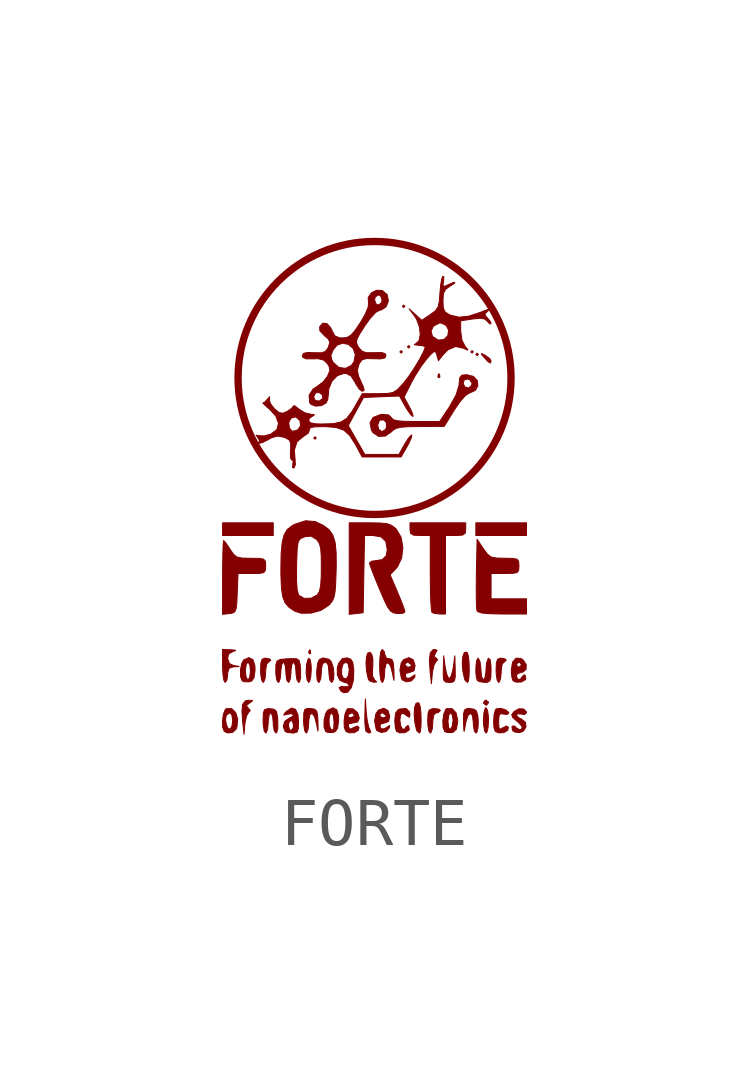
<source format=kicad_sym>
(kicad_symbol_lib
  (version 20231120)
  (generator "kicad_symbol_editor")
  (generator_version "8.0")
  (symbol "FORTE"
    (pin_names
      (offset 1.016))
    (property "Reference" "T"
      (at 0 4.266 0)
      (effects (font (size 1.27 1.27)) (hide yes)))
    (symbol "FORTE_0_0"
      (polyline (pts (xy -1.212 1.291) (xy -1.238 1.317) (xy -1.265 1.291) (xy -1.238 1.265) (xy -1.212 1.291)) (stroke (width 0.01) (type default)) (fill (type outline)))
      (polyline (pts (xy 0.58 3.083) (xy 0.553 3.109) (xy 0.527 3.083) (xy 0.553 3.057) (xy 0.58 3.083)) (stroke (width 0.01) (type default)) (fill (type outline)))
      (polyline (pts (xy 0.632 4.031) (xy 0.606 4.058) (xy 0.58 4.031) (xy 0.606 4.005) (xy 0.632 4.031)) (stroke (width 0.01) (type default)) (fill (type outline)))
      (polyline (pts (xy 0.738 3.188) (xy 0.711 3.215) (xy 0.685 3.188) (xy 0.711 3.162) (xy 0.738 3.188)) (stroke (width 0.01) (type default)) (fill (type outline)))
      (polyline (pts (xy 2.055 3.083) (xy 2.029 3.109) (xy 2.002 3.083) (xy 2.029 3.057) (xy 2.055 3.083)) (stroke (width 0.01) (type default)) (fill (type outline)))
      (polyline (pts (xy 2.161 3.03) (xy 2.134 3.057) (xy 2.108 3.03) (xy 2.134 3.004) (xy 2.161 3.03)) (stroke (width 0.01) (type default)) (fill (type outline)))
      (polyline (pts (xy 2.529 3.926) (xy 2.503 3.952) (xy 2.477 3.926) (xy 2.503 3.9) (xy 2.529 3.926)) (stroke (width 0.01) (type default)) (fill (type outline)))
      (polyline (pts (xy -1.329 -3.189) (xy -1.335 -3.127) (xy -1.351 -3.118) (xy -1.37 -3.162) (xy -1.366 -3.19) (xy -1.335 -3.197) (xy -1.329 -3.189)) (stroke (width 0.01) (type default)) (fill (type outline)))
      (polyline (pts (xy 1.359 2.555) (xy 1.353 2.617) (xy 1.337 2.626) (xy 1.317 2.582) (xy 1.321 2.554) (xy 1.353 2.547) (xy 1.359 2.555)) (stroke (width 0.01) (type default)) (fill (type outline)))
      (polyline (pts (xy -2.108 -0.606) (xy -2.108 -0.474) (xy -2.635 -0.474) (xy -3.162 -0.474) (xy -3.162 -0.606) (xy -3.162 -0.738) (xy -2.635 -0.738) (xy -2.108 -0.738) (xy -2.108 -0.606)) (stroke (width 0.01) (type default)) (fill (type outline)))
      (polyline (pts (xy 2.331 -4.267) (xy 2.371 -4.216) (xy 2.37 -4.203) (xy 2.319 -4.163) (xy 2.306 -4.165) (xy 2.266 -4.216) (xy 2.268 -4.228) (xy 2.319 -4.268) (xy 2.331 -4.267)) (stroke (width 0.01) (type default)) (fill (type outline)))
      (polyline (pts (xy 2.424 2.897) (xy 2.395 2.945) (xy 2.305 3.01) (xy 2.228 3.048) (xy 2.221 3.037) (xy 2.287 2.959) (xy 2.366 2.876) (xy 2.412 2.851) (xy 2.424 2.897)) (stroke (width 0.01) (type default)) (fill (type outline)))
      (polyline (pts (xy 3.162 -0.606) (xy 3.162 -0.474) (xy 2.635 -0.474) (xy 2.108 -0.474) (xy 2.108 -0.606) (xy 2.108 -0.738) (xy 2.635 -0.738) (xy 3.162 -0.738) (xy 3.162 -0.606)) (stroke (width 0.01) (type default)) (fill (type outline)))
      (polyline (pts (xy -0.078 -4.837) (xy -0.096 -4.781) (xy -0.119 -4.733) (xy -0.151 -4.599) (xy -0.172 -4.425) (xy -0.191 -4.137) (xy -0.201 -4.457) (xy -0.202 -4.605) (xy -0.193 -4.745) (xy -0.176 -4.813) (xy -0.122 -4.847) (xy -0.078 -4.837)) (stroke (width 0.01) (type default)) (fill (type outline)))
      (polyline (pts (xy -1.351 -3.776) (xy -1.327 -3.679) (xy -1.317 -3.528) (xy -1.32 -3.437) (xy -1.338 -3.32) (xy -1.37 -3.293) (xy -1.384 -3.311) (xy -1.412 -3.411) (xy -1.423 -3.56) (xy -1.421 -3.628) (xy -1.402 -3.747) (xy -1.37 -3.794) (xy -1.351 -3.776)) (stroke (width 0.01) (type default)) (fill (type outline)))
      (polyline (pts (xy 2.338 -4.83) (xy 2.362 -4.735) (xy 2.371 -4.585) (xy 2.368 -4.49) (xy 2.349 -4.369) (xy 2.319 -4.321) (xy 2.3 -4.339) (xy 2.275 -4.434) (xy 2.266 -4.585) (xy 2.269 -4.679) (xy 2.289 -4.801) (xy 2.319 -4.848) (xy 2.338 -4.83)) (stroke (width 0.01) (type default)) (fill (type outline)))
      (polyline (pts (xy 0.951 -4.824) (xy 0.965 -4.725) (xy 0.969 -4.581) (xy 0.964 -4.427) (xy 0.949 -4.298) (xy 0.926 -4.229) (xy 0.912 -4.217) (xy 0.864 -4.228) (xy 0.834 -4.314) (xy 0.824 -4.451) (xy 0.836 -4.615) (xy 0.872 -4.782) (xy 0.883 -4.806) (xy 0.935 -4.848) (xy 0.951 -4.824)) (stroke (width 0.01) (type default)) (fill (type outline)))
      (polyline (pts (xy 1.951 -3.771) (xy 1.966 -3.672) (xy 1.971 -3.529) (xy 1.966 -3.374) (xy 1.952 -3.245) (xy 1.929 -3.176) (xy 1.915 -3.165) (xy 1.867 -3.175) (xy 1.836 -3.26) (xy 1.825 -3.396) (xy 1.837 -3.56) (xy 1.874 -3.728) (xy 1.884 -3.752) (xy 1.935 -3.794) (xy 1.951 -3.771)) (stroke (width 0.01) (type default)) (fill (type outline)))
      (polyline (pts (xy 1.202 -3.61) (xy 1.206 -3.57) (xy 1.238 -3.433) (xy 1.282 -3.356) (xy 1.315 -3.322) (xy 1.276 -3.284) (xy 1.236 -3.251) (xy 1.269 -3.183) (xy 1.301 -3.125) (xy 1.251 -3.109) (xy 1.215 -3.115) (xy 1.16 -3.18) (xy 1.141 -3.324) (xy 1.155 -3.557) (xy 1.183 -3.821) (xy 1.202 -3.61)) (stroke (width 0.01) (type default)) (fill (type outline)))
      (polyline (pts (xy -2.698 -4.664) (xy -2.693 -4.623) (xy -2.662 -4.489) (xy -2.618 -4.414) (xy -2.586 -4.379) (xy -2.628 -4.327) (xy -2.638 -4.321) (xy -2.666 -4.276) (xy -2.602 -4.223) (xy -2.559 -4.198) (xy -2.538 -4.171) (xy -2.616 -4.165) (xy -2.689 -4.179) (xy -2.742 -4.247) (xy -2.759 -4.386) (xy -2.744 -4.611) (xy -2.716 -4.875) (xy -2.698 -4.664)) (stroke (width 0.01) (type default)) (fill (type outline)))
      (polyline (pts (xy -2.307 -3.789) (xy -2.278 -3.715) (xy -2.266 -3.583) (xy -2.265 -3.536) (xy -2.246 -3.419) (xy -2.213 -3.373) (xy -2.201 -3.372) (xy -2.161 -3.331) (xy -2.18 -3.307) (xy -2.266 -3.29) (xy -2.284 -3.29) (xy -2.34 -3.313) (xy -2.365 -3.388) (xy -2.371 -3.542) (xy -2.368 -3.627) (xy -2.349 -3.747) (xy -2.319 -3.794) (xy -2.307 -3.789)) (stroke (width 0.01) (type default)) (fill (type outline)))
      (polyline (pts (xy 0.045 -3.783) (xy 0.005 -3.746) (xy -0.001 -3.741) (xy -0.045 -3.655) (xy -0.04 -3.49) (xy -0.036 -3.452) (xy -0.035 -3.304) (xy -0.059 -3.208) (xy -0.096 -3.168) (xy -0.141 -3.183) (xy -0.169 -3.267) (xy -0.178 -3.4) (xy -0.166 -3.561) (xy -0.129 -3.728) (xy -0.105 -3.762) (xy -0.015 -3.793) (xy -0.013 -3.793) (xy 0.045 -3.783)) (stroke (width 0.01) (type default)) (fill (type outline)))
      (polyline (pts (xy 1.171 -4.843) (xy 1.2 -4.769) (xy 1.212 -4.637) (xy 1.213 -4.577) (xy 1.236 -4.461) (xy 1.291 -4.426) (xy 1.327 -4.421) (xy 1.37 -4.379) (xy 1.337 -4.35) (xy 1.238 -4.34) (xy 1.196 -4.344) (xy 1.137 -4.371) (xy 1.112 -4.446) (xy 1.107 -4.598) (xy 1.11 -4.681) (xy 1.129 -4.801) (xy 1.159 -4.848) (xy 1.171 -4.843)) (stroke (width 0.01) (type default)) (fill (type outline)))
      (polyline (pts (xy 2.594 -3.789) (xy 2.623 -3.715) (xy 2.635 -3.583) (xy 2.636 -3.536) (xy 2.655 -3.419) (xy 2.688 -3.373) (xy 2.7 -3.372) (xy 2.74 -3.331) (xy 2.72 -3.307) (xy 2.635 -3.29) (xy 2.617 -3.29) (xy 2.561 -3.313) (xy 2.535 -3.388) (xy 2.529 -3.542) (xy 2.533 -3.627) (xy 2.551 -3.747) (xy 2.582 -3.794) (xy 2.594 -3.789)) (stroke (width 0.01) (type default)) (fill (type outline)))
      (polyline (pts (xy 1.616 -3.791) (xy 1.663 -3.761) (xy 1.679 -3.679) (xy 1.678 -3.518) (xy 1.671 -3.241) (xy 1.639 -3.478) (xy 1.627 -3.549) (xy 1.592 -3.668) (xy 1.554 -3.715) (xy 1.537 -3.704) (xy 1.5 -3.619) (xy 1.47 -3.478) (xy 1.439 -3.241) (xy 1.431 -3.518) (xy 1.429 -3.648) (xy 1.44 -3.747) (xy 1.478 -3.787) (xy 1.554 -3.794) (xy 1.616 -3.791)) (stroke (width 0.01) (type default)) (fill (type outline)))
      (polyline (pts (xy -3.072 -3.747) (xy -3.057 -3.636) (xy -3.055 -3.586) (xy -3.024 -3.498) (xy -2.938 -3.471) (xy -2.819 -3.464) (xy -2.938 -3.441) (xy -3.021 -3.402) (xy -3.057 -3.293) (xy -3.035 -3.202) (xy -2.938 -3.146) (xy -2.899 -3.137) (xy -2.894 -3.124) (xy -2.991 -3.116) (xy -3.162 -3.109) (xy -3.162 -3.452) (xy -3.155 -3.618) (xy -3.137 -3.746) (xy -3.109 -3.794) (xy -3.108 -3.794) (xy -3.072 -3.747)) (stroke (width 0.01) (type default)) (fill (type outline)))
      (polyline (pts (xy -1.41 -4.842) (xy -1.382 -4.766) (xy -1.37 -4.633) (xy -1.368 -4.578) (xy -1.343 -4.462) (xy -1.297 -4.441) (xy -1.247 -4.51) (xy -1.205 -4.668) (xy -1.189 -4.758) (xy -1.178 -4.806) (xy -1.175 -4.759) (xy -1.178 -4.612) (xy -1.183 -4.504) (xy -1.2 -4.399) (xy -1.244 -4.353) (xy -1.331 -4.338) (xy -1.398 -4.336) (xy -1.451 -4.358) (xy -1.472 -4.433) (xy -1.476 -4.588) (xy -1.472 -4.68) (xy -1.453 -4.801) (xy -1.423 -4.848) (xy -1.41 -4.842)) (stroke (width 0.01) (type default)) (fill (type outline)))
      (polyline (pts (xy 2.129 -4.832) (xy 2.152 -4.744) (xy 2.159 -4.614) (xy 2.148 -4.483) (xy 2.119 -4.389) (xy 2.071 -4.353) (xy 1.961 -4.335) (xy 1.923 -4.34) (xy 1.872 -4.37) (xy 1.852 -4.451) (xy 1.852 -4.609) (xy 1.856 -4.747) (xy 1.862 -4.813) (xy 1.872 -4.784) (xy 1.891 -4.668) (xy 1.902 -4.609) (xy 1.947 -4.479) (xy 1.998 -4.437) (xy 2.038 -4.487) (xy 2.055 -4.633) (xy 2.057 -4.684) (xy 2.075 -4.801) (xy 2.108 -4.848) (xy 2.129 -4.832)) (stroke (width 0.01) (type default)) (fill (type outline)))
      (polyline (pts (xy 2.689 -4.84) (xy 2.769 -4.792) (xy 2.787 -4.73) (xy 2.746 -4.702) (xy 2.663 -4.742) (xy 2.612 -4.771) (xy 2.588 -4.736) (xy 2.582 -4.614) (xy 2.588 -4.494) (xy 2.618 -4.444) (xy 2.688 -4.453) (xy 2.752 -4.462) (xy 2.793 -4.434) (xy 2.788 -4.415) (xy 2.722 -4.362) (xy 2.619 -4.334) (xy 2.53 -4.347) (xy 2.515 -4.365) (xy 2.488 -4.463) (xy 2.477 -4.602) (xy 2.485 -4.734) (xy 2.512 -4.813) (xy 2.577 -4.843) (xy 2.689 -4.84)) (stroke (width 0.01) (type default)) (fill (type outline)))
      (polyline (pts (xy 0.634 -4.84) (xy 0.714 -4.792) (xy 0.723 -4.77) (xy 0.709 -4.7) (xy 0.69 -4.691) (xy 0.647 -4.73) (xy 0.628 -4.766) (xy 0.583 -4.77) (xy 0.544 -4.702) (xy 0.527 -4.582) (xy 0.54 -4.469) (xy 0.588 -4.431) (xy 0.674 -4.49) (xy 0.723 -4.522) (xy 0.738 -4.466) (xy 0.729 -4.41) (xy 0.658 -4.339) (xy 0.526 -4.348) (xy 0.491 -4.363) (xy 0.437 -4.435) (xy 0.422 -4.579) (xy 0.422 -4.611) (xy 0.434 -4.742) (xy 0.457 -4.813) (xy 0.522 -4.843) (xy 0.634 -4.84)) (stroke (width 0.01) (type default)) (fill (type outline)))
      (polyline (pts (xy 1.476 -1.554) (xy 1.476 -0.738) (xy 1.686 -0.738) (xy 1.705 -0.738) (xy 1.831 -0.729) (xy 1.886 -0.691) (xy 1.897 -0.606) (xy 1.897 -0.474) (xy 1.317 -0.474) (xy 0.738 -0.474) (xy 0.738 -0.606) (xy 0.738 -0.618) (xy 0.752 -0.697) (xy 0.813 -0.731) (xy 0.949 -0.738) (xy 1.159 -0.738) (xy 1.159 -1.519) (xy 1.16 -1.648) (xy 1.164 -1.91) (xy 1.172 -2.125) (xy 1.182 -2.274) (xy 1.194 -2.336) (xy 1.242 -2.358) (xy 1.353 -2.371) (xy 1.476 -2.371) (xy 1.476 -1.554)) (stroke (width 0.01) (type default)) (fill (type outline)))
      (polyline (pts (xy -2.951 -4.833) (xy -2.878 -4.765) (xy -2.862 -4.715) (xy -2.849 -4.555) (xy -2.89 -4.421) (xy -2.972 -4.341) (xy -3.082 -4.34) (xy -3.104 -4.357) (xy -3.144 -4.453) (xy -3.16 -4.566) (xy -3.101 -4.566) (xy -3.085 -4.482) (xy -3.022 -4.427) (xy -2.971 -4.463) (xy -2.951 -4.582) (xy -2.965 -4.698) (xy -3.002 -4.768) (xy -3.003 -4.768) (xy -3.048 -4.75) (xy -3.085 -4.669) (xy -3.101 -4.566) (xy -3.16 -4.566) (xy -3.164 -4.591) (xy -3.16 -4.726) (xy -3.127 -4.813) (xy -3.059 -4.846) (xy -2.951 -4.833)) (stroke (width 0.01) (type default)) (fill (type outline)))
      (polyline (pts (xy -2.037 -4.84) (xy -2.013 -4.756) (xy -2.013 -4.598) (xy -2.019 -4.511) (xy -2.04 -4.401) (xy -2.086 -4.354) (xy -2.174 -4.342) (xy -2.236 -4.342) (xy -2.292 -4.365) (xy -2.315 -4.44) (xy -2.319 -4.593) (xy -2.316 -4.68) (xy -2.296 -4.801) (xy -2.266 -4.848) (xy -2.254 -4.843) (xy -2.225 -4.769) (xy -2.213 -4.637) (xy -2.212 -4.59) (xy -2.194 -4.473) (xy -2.161 -4.426) (xy -2.149 -4.432) (xy -2.12 -4.505) (xy -2.108 -4.637) (xy -2.107 -4.685) (xy -2.087 -4.801) (xy -2.052 -4.848) (xy -2.037 -4.84)) (stroke (width 0.01) (type default)) (fill (type outline)))
      (polyline (pts (xy -0.889 -3.793) (xy -0.855 -3.736) (xy -0.845 -3.621) (xy -0.859 -3.486) (xy -0.897 -3.37) (xy -0.946 -3.313) (xy -1.069 -3.286) (xy -1.076 -3.287) (xy -1.147 -3.317) (xy -1.184 -3.395) (xy -1.202 -3.549) (xy -1.204 -3.616) (xy -1.194 -3.746) (xy -1.162 -3.794) (xy -1.15 -3.789) (xy -1.119 -3.715) (xy -1.107 -3.583) (xy -1.105 -3.523) (xy -1.083 -3.407) (xy -1.028 -3.373) (xy -1.005 -3.376) (xy -0.962 -3.437) (xy -0.949 -3.583) (xy -0.947 -3.631) (xy -0.929 -3.747) (xy -0.896 -3.794) (xy -0.889 -3.793)) (stroke (width 0.01) (type default)) (fill (type outline)))
      (polyline (pts (xy 0.171 -3.788) (xy 0.199 -3.713) (xy 0.211 -3.579) (xy 0.212 -3.524) (xy 0.238 -3.408) (xy 0.283 -3.386) (xy 0.334 -3.456) (xy 0.376 -3.614) (xy 0.391 -3.704) (xy 0.403 -3.751) (xy 0.406 -3.704) (xy 0.403 -3.557) (xy 0.402 -3.534) (xy 0.389 -3.385) (xy 0.359 -3.315) (xy 0.303 -3.301) (xy 0.248 -3.29) (xy 0.211 -3.209) (xy 0.202 -3.153) (xy 0.158 -3.109) (xy 0.133 -3.15) (xy 0.113 -3.273) (xy 0.105 -3.452) (xy 0.112 -3.618) (xy 0.131 -3.746) (xy 0.158 -3.794) (xy 0.171 -3.788)) (stroke (width 0.01) (type default)) (fill (type outline)))
      (polyline (pts (xy 1.637 -4.83) (xy 1.701 -4.77) (xy 1.728 -4.633) (xy 1.73 -4.576) (xy 1.696 -4.427) (xy 1.615 -4.341) (xy 1.502 -4.34) (xy 1.481 -4.357) (xy 1.44 -4.454) (xy 1.421 -4.592) (xy 1.422 -4.614) (xy 1.528 -4.614) (xy 1.529 -4.587) (xy 1.546 -4.473) (xy 1.581 -4.426) (xy 1.618 -4.472) (xy 1.634 -4.582) (xy 1.619 -4.698) (xy 1.581 -4.769) (xy 1.574 -4.772) (xy 1.541 -4.734) (xy 1.528 -4.614) (xy 1.422 -4.614) (xy 1.426 -4.727) (xy 1.46 -4.815) (xy 1.5 -4.834) (xy 1.605 -4.837) (xy 1.637 -4.83)) (stroke (width 0.01) (type default)) (fill (type outline)))
      (polyline (pts (xy 2.347 -3.792) (xy 2.398 -3.765) (xy 2.42 -3.685) (xy 2.424 -3.528) (xy 2.422 -3.437) (xy 2.404 -3.32) (xy 2.371 -3.293) (xy 2.361 -3.304) (xy 2.331 -3.393) (xy 2.319 -3.534) (xy 2.317 -3.578) (xy 2.299 -3.695) (xy 2.266 -3.741) (xy 2.255 -3.737) (xy 2.225 -3.665) (xy 2.213 -3.534) (xy 2.212 -3.494) (xy 2.194 -3.363) (xy 2.161 -3.293) (xy 2.153 -3.292) (xy 2.126 -3.337) (xy 2.111 -3.442) (xy 2.107 -3.572) (xy 2.118 -3.69) (xy 2.143 -3.759) (xy 2.19 -3.78) (xy 2.301 -3.794) (xy 2.347 -3.792)) (stroke (width 0.01) (type default)) (fill (type outline)))
      (polyline (pts (xy -2.557 -3.766) (xy -2.509 -3.697) (xy -2.487 -3.55) (xy -2.489 -3.447) (xy -2.53 -3.322) (xy -2.612 -3.278) (xy -2.721 -3.325) (xy -2.762 -3.397) (xy -2.79 -3.531) (xy -2.79 -3.557) (xy -2.688 -3.557) (xy -2.687 -3.533) (xy -2.67 -3.419) (xy -2.635 -3.373) (xy -2.628 -3.374) (xy -2.595 -3.435) (xy -2.582 -3.557) (xy -2.583 -3.581) (xy -2.6 -3.695) (xy -2.635 -3.741) (xy -2.642 -3.74) (xy -2.674 -3.679) (xy -2.688 -3.557) (xy -2.79 -3.557) (xy -2.789 -3.67) (xy -2.756 -3.761) (xy -2.715 -3.78) (xy -2.611 -3.783) (xy -2.557 -3.766)) (stroke (width 0.01) (type default)) (fill (type outline)))
      (polyline (pts (xy -0.815 -4.818) (xy -0.769 -4.746) (xy -0.748 -4.597) (xy -0.748 -4.492) (xy -0.786 -4.365) (xy -0.866 -4.323) (xy -0.976 -4.374) (xy -1.02 -4.447) (xy -1.048 -4.572) (xy -0.947 -4.572) (xy -0.931 -4.471) (xy -0.896 -4.426) (xy -0.889 -4.428) (xy -0.856 -4.489) (xy -0.843 -4.611) (xy -0.843 -4.63) (xy -0.849 -4.753) (xy -0.869 -4.791) (xy -0.913 -4.76) (xy -0.914 -4.76) (xy -0.942 -4.684) (xy -0.947 -4.572) (xy -1.048 -4.572) (xy -1.05 -4.582) (xy -1.051 -4.722) (xy -1.017 -4.815) (xy -0.976 -4.834) (xy -0.872 -4.837) (xy -0.815 -4.818)) (stroke (width 0.01) (type default)) (fill (type outline)))
      (polyline (pts (xy 3.096 -4.808) (xy 3.151 -4.723) (xy 3.141 -4.626) (xy 3.059 -4.559) (xy 2.995 -4.528) (xy 2.951 -4.472) (xy 2.973 -4.447) (xy 3.056 -4.453) (xy 3.121 -4.463) (xy 3.162 -4.428) (xy 3.159 -4.407) (xy 3.103 -4.348) (xy 3.005 -4.343) (xy 2.907 -4.397) (xy 2.899 -4.405) (xy 2.854 -4.467) (xy 2.875 -4.524) (xy 2.97 -4.608) (xy 3.002 -4.635) (xy 3.074 -4.718) (xy 3.056 -4.769) (xy 3.019 -4.78) (xy 2.948 -4.738) (xy 2.921 -4.707) (xy 2.87 -4.701) (xy 2.859 -4.719) (xy 2.872 -4.795) (xy 2.916 -4.827) (xy 3.022 -4.838) (xy 3.096 -4.808)) (stroke (width 0.01) (type default)) (fill (type outline)))
      (polyline (pts (xy -1.676 -4.847) (xy -1.613 -4.827) (xy -1.587 -4.757) (xy -1.581 -4.609) (xy -1.593 -4.471) (xy -1.644 -4.354) (xy -1.728 -4.328) (xy -1.835 -4.399) (xy -1.879 -4.446) (xy -1.886 -4.475) (xy -1.805 -4.455) (xy -1.728 -4.444) (xy -1.686 -4.47) (xy -1.706 -4.504) (xy -1.792 -4.547) (xy -1.868 -4.606) (xy -1.893 -4.69) (xy -1.792 -4.69) (xy -1.782 -4.629) (xy -1.739 -4.585) (xy -1.708 -4.604) (xy -1.686 -4.69) (xy -1.696 -4.751) (xy -1.739 -4.795) (xy -1.77 -4.776) (xy -1.792 -4.69) (xy -1.893 -4.69) (xy -1.899 -4.714) (xy -1.862 -4.813) (xy -1.815 -4.835) (xy -1.704 -4.848) (xy -1.676 -4.847)) (stroke (width 0.01) (type default)) (fill (type outline)))
      (polyline (pts (xy -3.017 -2.362) (xy -2.959 -2.353) (xy -2.909 -2.327) (xy -2.881 -2.264) (xy -2.866 -2.142) (xy -2.857 -1.937) (xy -2.841 -1.528) (xy -2.554 -1.528) (xy -2.553 -1.528) (xy -2.389 -1.526) (xy -2.303 -1.508) (xy -2.271 -1.461) (xy -2.266 -1.37) (xy -2.266 -1.348) (xy -2.273 -1.269) (xy -2.311 -1.229) (xy -2.404 -1.214) (xy -2.578 -1.212) (xy -2.581 -1.212) (xy -2.757 -1.208) (xy -2.863 -1.186) (xy -2.933 -1.131) (xy -3.004 -1.028) (xy -3.031 -0.984) (xy -3.101 -0.883) (xy -3.14 -0.843) (xy -3.143 -0.853) (xy -3.151 -0.943) (xy -3.156 -1.111) (xy -3.16 -1.34) (xy -3.162 -1.611) (xy -3.162 -2.378) (xy -3.017 -2.362)) (stroke (width 0.01) (type default)) (fill (type outline)))
      (polyline (pts (xy -0.42 -4.84) (xy -0.34 -4.792) (xy -0.322 -4.734) (xy -0.36 -4.701) (xy -0.441 -4.737) (xy -0.503 -4.769) (xy -0.545 -4.718) (xy -0.546 -4.716) (xy -0.539 -4.655) (xy -0.446 -4.637) (xy -0.351 -4.617) (xy -0.316 -4.538) (xy -0.353 -4.425) (xy -0.444 -4.346) (xy -0.553 -4.34) (xy -0.574 -4.357) (xy -0.615 -4.453) (xy -0.618 -4.479) (xy -0.553 -4.479) (xy -0.543 -4.465) (xy -0.471 -4.426) (xy -0.459 -4.428) (xy -0.422 -4.479) (xy -0.432 -4.504) (xy -0.504 -4.532) (xy -0.541 -4.524) (xy -0.553 -4.479) (xy -0.618 -4.479) (xy -0.634 -4.591) (xy -0.63 -4.726) (xy -0.597 -4.813) (xy -0.532 -4.843) (xy -0.42 -4.84)) (stroke (width 0.01) (type default)) (fill (type outline)))
      (polyline (pts (xy 0.241 -4.817) (xy 0.307 -4.743) (xy 0.311 -4.733) (xy 0.312 -4.691) (xy 0.254 -4.729) (xy 0.203 -4.76) (xy 0.14 -4.76) (xy 0.116 -4.729) (xy 0.119 -4.664) (xy 0.211 -4.637) (xy 0.292 -4.608) (xy 0.316 -4.504) (xy 0.316 -4.498) (xy 0.278 -4.378) (xy 0.189 -4.332) (xy 0.078 -4.374) (xy 0.029 -4.444) (xy 0.022 -4.479) (xy 0.105 -4.479) (xy 0.107 -4.467) (xy 0.155 -4.426) (xy 0.17 -4.428) (xy 0.237 -4.479) (xy 0.242 -4.506) (xy 0.188 -4.532) (xy 0.148 -4.526) (xy 0.105 -4.479) (xy 0.022 -4.479) (xy 0.001 -4.596) (xy 0.033 -4.768) (xy 0.052 -4.798) (xy 0.139 -4.836) (xy 0.241 -4.817)) (stroke (width 0.01) (type default)) (fill (type outline)))
      (polyline (pts (xy 0.768 -3.763) (xy 0.834 -3.689) (xy 0.838 -3.679) (xy 0.839 -3.637) (xy 0.781 -3.675) (xy 0.73 -3.706) (xy 0.667 -3.706) (xy 0.643 -3.675) (xy 0.646 -3.61) (xy 0.738 -3.583) (xy 0.819 -3.554) (xy 0.843 -3.45) (xy 0.843 -3.444) (xy 0.805 -3.324) (xy 0.716 -3.278) (xy 0.605 -3.321) (xy 0.555 -3.39) (xy 0.549 -3.425) (xy 0.632 -3.425) (xy 0.634 -3.413) (xy 0.682 -3.373) (xy 0.697 -3.375) (xy 0.764 -3.425) (xy 0.769 -3.452) (xy 0.715 -3.478) (xy 0.675 -3.471) (xy 0.632 -3.425) (xy 0.549 -3.425) (xy 0.528 -3.542) (xy 0.56 -3.714) (xy 0.579 -3.744) (xy 0.666 -3.783) (xy 0.768 -3.763)) (stroke (width 0.01) (type default)) (fill (type outline)))
      (polyline (pts (xy 3.162 -2.213) (xy 3.162 -2.055) (xy 2.793 -2.055) (xy 2.424 -2.055) (xy 2.424 -1.792) (xy 2.424 -1.528) (xy 2.714 -1.528) (xy 2.718 -1.528) (xy 2.882 -1.525) (xy 2.967 -1.508) (xy 2.999 -1.46) (xy 3.004 -1.37) (xy 3.004 -1.356) (xy 2.997 -1.273) (xy 2.962 -1.23) (xy 2.871 -1.214) (xy 2.701 -1.211) (xy 2.533 -1.207) (xy 2.424 -1.184) (xy 2.347 -1.125) (xy 2.266 -1.014) (xy 2.134 -0.817) (xy 2.119 -1.526) (xy 2.118 -1.585) (xy 2.116 -1.846) (xy 2.117 -2.067) (xy 2.122 -2.227) (xy 2.131 -2.303) (xy 2.148 -2.323) (xy 2.234 -2.351) (xy 2.401 -2.366) (xy 2.659 -2.371) (xy 3.162 -2.371) (xy 3.162 -2.213)) (stroke (width 0.01) (type default)) (fill (type outline)))
      (polyline (pts (xy -0.556 -3.996) (xy -0.484 -3.904) (xy -0.44 -3.749) (xy -0.432 -3.547) (xy -0.433 -3.529) (xy -0.452 -3.384) (xy -0.492 -3.313) (xy -0.568 -3.285) (xy -0.667 -3.297) (xy -0.746 -3.395) (xy -0.775 -3.491) (xy -0.775 -3.519) (xy -0.686 -3.519) (xy -0.658 -3.417) (xy -0.606 -3.373) (xy -0.551 -3.404) (xy -0.527 -3.528) (xy -0.543 -3.651) (xy -0.589 -3.721) (xy -0.651 -3.705) (xy -0.684 -3.632) (xy -0.686 -3.519) (xy -0.775 -3.519) (xy -0.774 -3.637) (xy -0.723 -3.749) (xy -0.631 -3.794) (xy -0.571 -3.805) (xy -0.527 -3.853) (xy -0.548 -3.883) (xy -0.632 -3.884) (xy -0.684 -3.876) (xy -0.738 -3.902) (xy -0.703 -3.97) (xy -0.644 -4.009) (xy -0.556 -3.996)) (stroke (width 0.01) (type default)) (fill (type outline)))
      (polyline (pts (xy 3.058 -3.785) (xy 3.138 -3.738) (xy 3.147 -3.716) (xy 3.134 -3.646) (xy 3.115 -3.637) (xy 3.071 -3.676) (xy 3.04 -3.725) (xy 2.981 -3.733) (xy 2.951 -3.662) (xy 2.971 -3.616) (xy 3.056 -3.583) (xy 3.09 -3.579) (xy 3.153 -3.52) (xy 3.155 -3.422) (xy 3.089 -3.325) (xy 3.045 -3.296) (xy 2.945 -3.29) (xy 2.873 -3.372) (xy 2.864 -3.425) (xy 2.951 -3.425) (xy 2.953 -3.413) (xy 3.004 -3.373) (xy 3.016 -3.374) (xy 3.056 -3.425) (xy 3.055 -3.438) (xy 3.004 -3.478) (xy 2.991 -3.477) (xy 2.951 -3.425) (xy 2.864 -3.425) (xy 2.846 -3.527) (xy 2.846 -3.557) (xy 2.858 -3.688) (xy 2.881 -3.759) (xy 2.946 -3.789) (xy 3.058 -3.785)) (stroke (width 0.01) (type default)) (fill (type outline)))
      (polyline (pts (xy -1.563 -3.786) (xy -1.539 -3.702) (xy -1.538 -3.544) (xy -1.547 -3.429) (xy -1.57 -3.336) (xy -1.622 -3.302) (xy -1.726 -3.3) (xy -1.813 -3.303) (xy -1.956 -3.315) (xy -2.027 -3.348) (xy -2.052 -3.423) (xy -2.055 -3.557) (xy -2.053 -3.628) (xy -2.034 -3.747) (xy -2.002 -3.794) (xy -1.991 -3.789) (xy -1.962 -3.715) (xy -1.95 -3.583) (xy -1.948 -3.536) (xy -1.93 -3.419) (xy -1.897 -3.373) (xy -1.885 -3.378) (xy -1.856 -3.451) (xy -1.844 -3.583) (xy -1.843 -3.631) (xy -1.825 -3.747) (xy -1.792 -3.794) (xy -1.78 -3.789) (xy -1.751 -3.715) (xy -1.739 -3.583) (xy -1.738 -3.536) (xy -1.719 -3.419) (xy -1.686 -3.373) (xy -1.675 -3.378) (xy -1.645 -3.451) (xy -1.634 -3.583) (xy -1.632 -3.631) (xy -1.613 -3.747) (xy -1.578 -3.794) (xy -1.563 -3.786)) (stroke (width 0.01) (type default)) (fill (type outline)))
      (polyline (pts (xy -0.382 -2.362) (xy -0.237 -2.345) (xy -0.223 -1.541) (xy -0.208 -0.738) (xy -0.035 -0.738) (xy 0.138 -0.766) (xy 0.234 -0.861) (xy 0.264 -1.032) (xy 0.244 -1.157) (xy 0.16 -1.24) (xy -0.004 -1.265) (xy -0.061 -1.273) (xy -0.105 -1.309) (xy -0.096 -1.344) (xy -0.054 -1.462) (xy 0.015 -1.638) (xy 0.102 -1.85) (xy 0.113 -1.876) (xy 0.206 -2.092) (xy 0.275 -2.231) (xy 0.333 -2.31) (xy 0.394 -2.347) (xy 0.47 -2.361) (xy 0.477 -2.362) (xy 0.587 -2.358) (xy 0.632 -2.327) (xy 0.632 -2.323) (xy 0.608 -2.242) (xy 0.553 -2.097) (xy 0.478 -1.915) (xy 0.323 -1.554) (xy 0.452 -1.42) (xy 0.479 -1.388) (xy 0.565 -1.203) (xy 0.589 -0.984) (xy 0.551 -0.771) (xy 0.45 -0.604) (xy 0.428 -0.582) (xy 0.351 -0.525) (xy 0.257 -0.492) (xy 0.115 -0.478) (xy -0.103 -0.474) (xy -0.527 -0.474) (xy -0.527 -1.426) (xy -0.527 -2.378) (xy -0.382 -2.362)) (stroke (width 0.01) (type default)) (fill (type outline)))
      (polyline (pts (xy -1.319 -2.352) (xy -1.115 -2.295) (xy -0.956 -2.192) (xy -0.938 -2.174) (xy -0.881 -2.106) (xy -0.845 -2.027) (xy -0.822 -1.913) (xy -0.809 -1.741) (xy -0.8 -1.488) (xy -0.797 -1.385) (xy -0.799 -1.092) (xy -0.821 -0.879) (xy -0.87 -0.726) (xy -0.949 -0.615) (xy -1.066 -0.527) (xy -1.233 -0.448) (xy -1.434 -0.431) (xy -1.658 -0.503) (xy -1.715 -0.533) (xy -1.815 -0.612) (xy -1.882 -0.725) (xy -1.923 -0.888) (xy -1.944 -1.12) (xy -1.949 -1.438) (xy -1.948 -1.575) (xy -1.944 -1.664) (xy -1.624 -1.664) (xy -1.622 -1.364) (xy -1.618 -1.226) (xy -1.61 -1.028) (xy -1.596 -0.904) (xy -1.57 -0.833) (xy -1.528 -0.795) (xy -1.464 -0.769) (xy -1.446 -0.763) (xy -1.322 -0.75) (xy -1.214 -0.815) (xy -1.188 -0.841) (xy -1.146 -0.907) (xy -1.121 -1.007) (xy -1.109 -1.163) (xy -1.107 -1.401) (xy -1.109 -1.589) (xy -1.121 -1.781) (xy -1.147 -1.902) (xy -1.19 -1.972) (xy -1.19 -1.973) (xy -1.318 -2.042) (xy -1.463 -2.046) (xy -1.576 -1.982) (xy -1.58 -1.977) (xy -1.61 -1.87) (xy -1.624 -1.664) (xy -1.944 -1.664) (xy -1.937 -1.832) (xy -1.91 -2.013) (xy -1.86 -2.14) (xy -1.778 -2.233) (xy -1.66 -2.313) (xy -1.522 -2.356) (xy -1.319 -2.352)) (stroke (width 0.01) (type default)) (fill (type outline)))
      (polyline (pts (xy 0.224 1.331) (xy 0.355 1.423) (xy 0.382 1.451) (xy 0.447 1.491) (xy 0.547 1.515) (xy 0.706 1.526) (xy 0.947 1.53) (xy 1.449 1.532) (xy 1.658 1.87) (xy 1.775 2.043) (xy 1.887 2.171) (xy 1.968 2.224) (xy 1.97 2.224) (xy 2.097 2.281) (xy 2.151 2.378) (xy 2.137 2.486) (xy 2.058 2.573) (xy 1.918 2.608) (xy 1.819 2.599) (xy 1.773 2.547) (xy 1.76 2.422) (xy 1.844 2.422) (xy 1.863 2.497) (xy 1.937 2.519) (xy 1.985 2.499) (xy 2.029 2.428) (xy 2.019 2.383) (xy 1.957 2.331) (xy 1.881 2.353) (xy 1.844 2.422) (xy 1.76 2.422) (xy 1.76 2.422) (xy 1.758 2.39) (xy 1.696 2.185) (xy 1.555 1.934) (xy 1.355 1.634) (xy 0.868 1.634) (xy 0.842 1.634) (xy 0.611 1.638) (xy 0.465 1.651) (xy 0.384 1.676) (xy 0.348 1.716) (xy 0.292 1.771) (xy 0.151 1.782) (xy 0.121 1.778) (xy -0.03 1.719) (xy -0.094 1.608) (xy -0.085 1.561) (xy 0.065 1.561) (xy 0.098 1.648) (xy 0.12 1.665) (xy 0.196 1.666) (xy 0.248 1.603) (xy 0.246 1.505) (xy 0.223 1.465) (xy 0.158 1.423) (xy 0.154 1.423) (xy 0.088 1.469) (xy 0.065 1.561) (xy -0.085 1.561) (xy -0.064 1.453) (xy -0.031 1.4) (xy 0.085 1.325) (xy 0.224 1.331)) (stroke (width 0.01) (type default)) (fill (type outline)))
      (polyline (pts (xy -1.104 1.964) (xy -1.008 2.021) (xy -0.974 2.09) (xy -0.959 2.219) (xy -0.954 2.31) (xy -0.889 2.468) (xy -0.774 2.588) (xy -0.636 2.635) (xy -0.582 2.631) (xy -0.487 2.58) (xy -0.406 2.45) (xy -0.389 2.416) (xy -0.319 2.309) (xy -0.264 2.266) (xy -0.236 2.268) (xy -0.216 2.291) (xy -0.235 2.361) (xy -0.299 2.5) (xy -0.335 2.583) (xy -0.358 2.704) (xy -0.325 2.821) (xy -0.309 2.854) (xy -0.256 2.92) (xy -0.169 2.944) (xy -0.013 2.941) (xy 0.124 2.937) (xy 0.213 2.955) (xy 0.237 3.004) (xy 0.223 3.045) (xy 0.15 3.069) (xy -0.005 3.066) (xy -0.015 3.065) (xy -0.169 3.065) (xy -0.261 3.097) (xy -0.33 3.176) (xy -0.352 3.212) (xy -0.377 3.277) (xy -0.364 3.351) (xy -0.308 3.459) (xy -0.2 3.628) (xy -0.093 3.777) (xy 0.025 3.906) (xy 0.11 3.952) (xy 0.144 3.956) (xy 0.241 4.021) (xy 0.288 4.139) (xy 0.264 4.269) (xy 0.256 4.281) (xy 0.16 4.36) (xy 0.043 4.365) (xy -0.065 4.312) (xy -0.132 4.215) (xy -0.129 4.163) (xy 0 4.163) (xy 0.015 4.225) (xy 0.079 4.269) (xy 0.125 4.249) (xy 0.158 4.163) (xy 0.143 4.102) (xy 0.079 4.058) (xy 0.033 4.077) (xy 0 4.163) (xy -0.129 4.163) (xy -0.126 4.088) (xy -0.132 4.014) (xy -0.192 3.871) (xy -0.297 3.689) (xy -0.403 3.532) (xy -0.491 3.431) (xy -0.571 3.384) (xy -0.667 3.373) (xy -0.731 3.376) (xy -0.828 3.417) (xy -0.888 3.531) (xy -0.911 3.583) (xy -0.99 3.671) (xy -1.077 3.68) (xy -1.143 3.602) (xy -1.138 3.522) (xy -1.038 3.415) (xy -0.965 3.355) (xy -0.93 3.283) (xy -0.961 3.182) (xy -0.971 3.16) (xy -1.024 3.09) (xy -1.109 3.063) (xy -1.262 3.066) (xy -1.387 3.07) (xy -1.477 3.053) (xy -1.499 3.009) (xy -0.908 3.009) (xy -0.862 3.124) (xy -0.78 3.223) (xy -0.661 3.264) (xy -0.541 3.237) (xy -0.446 3.154) (xy -0.4 3.03) (xy -0.428 2.878) (xy -0.481 2.802) (xy -0.604 2.74) (xy -0.741 2.759) (xy -0.858 2.861) (xy -0.891 2.918) (xy -0.908 3.009) (xy -1.499 3.009) (xy -1.502 3.004) (xy -1.493 2.97) (xy -1.428 2.939) (xy -1.281 2.938) (xy -1.177 2.941) (xy -1.06 2.914) (xy -0.981 2.838) (xy -0.944 2.778) (xy -0.93 2.693) (xy -0.978 2.577) (xy -1.067 2.46) (xy -1.198 2.361) (xy -1.277 2.311) (xy -1.362 2.182) (xy -1.358 2.131) (xy -1.265 2.131) (xy -1.261 2.164) (xy -1.223 2.233) (xy -1.221 2.234) (xy -1.145 2.234) (xy -1.081 2.182) (xy -1.077 2.114) (xy -1.148 2.061) (xy -1.227 2.068) (xy -1.265 2.131) (xy -1.358 2.131) (xy -1.35 2.026) (xy -1.325 1.992) (xy -1.226 1.954) (xy -1.104 1.964)) (stroke (width 0.01) (type default)) (fill (type outline)))
      (polyline (pts (xy -1.648 0.734) (xy -1.654 0.855) (xy -1.669 1.036) (xy -1.613 1.214) (xy -1.476 1.326) (xy -1.379 1.391) (xy -1.355 1.46) (xy -1.345 1.499) (xy -1.262 1.522) (xy -1.089 1.528) (xy -1.032 1.528) (xy -0.802 1.51) (xy -0.64 1.454) (xy -0.517 1.344) (xy -0.403 1.165) (xy -0.257 0.896) (xy 0.148 0.896) (xy 0.553 0.897) (xy 0.676 1.112) (xy 0.714 1.182) (xy 0.765 1.296) (xy 0.774 1.352) (xy 0.759 1.348) (xy 0.703 1.284) (xy 0.628 1.163) (xy 0.507 0.949) (xy 0.152 0.949) (xy -0.203 0.949) (xy -0.375 1.249) (xy -0.547 1.549) (xy -0.388 1.842) (xy -0.229 2.134) (xy 0.144 2.15) (xy 0.518 2.165) (xy 0.637 1.952) (xy 0.676 1.887) (xy 0.749 1.781) (xy 0.796 1.739) (xy 0.802 1.748) (xy 0.783 1.819) (xy 0.724 1.94) (xy 0.614 2.141) (xy 0.768 2.446) (xy 0.846 2.587) (xy 0.973 2.788) (xy 1.092 2.944) (xy 1.17 3.03) (xy 1.237 3.09) (xy 1.271 3.083) (xy 1.296 3.018) (xy 1.329 2.899) (xy 1.43 3.027) (xy 1.528 3.127) (xy 1.688 3.194) (xy 1.856 3.157) (xy 1.927 3.121) (xy 1.944 3.126) (xy 1.884 3.198) (xy 1.818 3.327) (xy 1.792 3.516) (xy 1.792 3.729) (xy 2.039 3.767) (xy 2.196 3.783) (xy 2.293 3.766) (xy 2.355 3.71) (xy 2.4 3.663) (xy 2.424 3.672) (xy 2.411 3.713) (xy 2.344 3.795) (xy 2.319 3.817) (xy 2.296 3.87) (xy 2.358 3.935) (xy 2.388 3.964) (xy 2.359 3.966) (xy 2.24 3.92) (xy 2.211 3.908) (xy 1.958 3.825) (xy 1.756 3.805) (xy 1.58 3.847) (xy 1.561 3.855) (xy 1.471 3.91) (xy 1.431 3.993) (xy 1.423 4.141) (xy 1.432 4.289) (xy 1.474 4.382) (xy 1.568 4.449) (xy 1.579 4.456) (xy 1.66 4.507) (xy 1.67 4.53) (xy 1.62 4.519) (xy 1.518 4.473) (xy 1.458 4.446) (xy 1.424 4.46) (xy 1.435 4.557) (xy 1.442 4.644) (xy 1.419 4.654) (xy 1.399 4.604) (xy 1.375 4.472) (xy 1.36 4.297) (xy 1.348 4.138) (xy 1.322 4.019) (xy 1.266 3.938) (xy 1.163 3.861) (xy 0.983 3.74) (xy 0.851 3.859) (xy 0.718 3.979) (xy 0.833 3.827) (xy 0.873 3.765) (xy 0.933 3.606) (xy 0.943 3.518) (xy 1.175 3.518) (xy 1.228 3.62) (xy 1.346 3.681) (xy 1.382 3.684) (xy 1.485 3.638) (xy 1.541 3.537) (xy 1.524 3.418) (xy 1.443 3.339) (xy 1.322 3.329) (xy 1.208 3.403) (xy 1.204 3.409) (xy 1.175 3.518) (xy 0.943 3.518) (xy 0.951 3.446) (xy 0.926 3.317) (xy 0.856 3.251) (xy 0.849 3.249) (xy 0.829 3.231) (xy 0.909 3.221) (xy 1.008 3.209) (xy 1.054 3.186) (xy 1.053 3.174) (xy 1.013 3.073) (xy 0.932 2.92) (xy 0.826 2.745) (xy 0.712 2.574) (xy 0.607 2.437) (xy 0.574 2.4) (xy 0.473 2.294) (xy 0.382 2.238) (xy 0.264 2.217) (xy 0.079 2.213) (xy -0.256 2.213) (xy -0.418 1.929) (xy -0.475 1.834) (xy -0.578 1.701) (xy -0.696 1.625) (xy -0.857 1.59) (xy -1.093 1.582) (xy -1.234 1.586) (xy -1.339 1.609) (xy -1.37 1.656) (xy -1.356 1.699) (xy -1.278 1.755) (xy -1.271 1.757) (xy -1.251 1.775) (xy -1.331 1.786) (xy -1.449 1.815) (xy -1.581 1.897) (xy -1.655 1.959) (xy -1.686 1.959) (xy -1.722 1.909) (xy -1.818 1.844) (xy -1.904 1.807) (xy -1.984 1.818) (xy -2.083 1.899) (xy -2.089 1.905) (xy -2.172 2.014) (xy -2.188 2.105) (xy -2.185 2.116) (xy -2.183 2.149) (xy -2.232 2.095) (xy -2.28 2.042) (xy -2.324 2.017) (xy -2.323 2.014) (xy -2.273 1.967) (xy -2.174 1.88) (xy -2.054 1.746) (xy -2.004 1.613) (xy -1.785 1.613) (xy -1.738 1.704) (xy -1.648 1.729) (xy -1.628 1.724) (xy -1.554 1.654) (xy -1.537 1.552) (xy -1.589 1.47) (xy -1.626 1.448) (xy -1.717 1.431) (xy -1.773 1.502) (xy -1.785 1.613) (xy -2.004 1.613) (xy -1.998 1.595) (xy -2.033 1.465) (xy -2.16 1.371) (xy -2.296 1.334) (xy -2.404 1.339) (xy -2.421 1.345) (xy -2.463 1.349) (xy -2.425 1.292) (xy -2.394 1.244) (xy -2.4 1.212) (xy -2.407 1.212) (xy -2.413 1.183) (xy -2.405 1.179) (xy -2.33 1.197) (xy -2.213 1.257) (xy -2.139 1.298) (xy -2.017 1.332) (xy -1.886 1.306) (xy -1.85 1.293) (xy -1.771 1.247) (xy -1.743 1.17) (xy -1.747 1.026) (xy -1.751 0.963) (xy -1.743 0.858) (xy -1.718 0.83) (xy -1.694 0.822) (xy -1.7 0.746) (xy -1.708 0.677) (xy -1.676 0.665) (xy -1.648 0.734)) (stroke (width 0.01) (type default)) (fill (type outline))))
    (symbol "FORTE_0_1"
      (circle (center 0 2.54) (radius 2.84) (stroke (width 0) (type default)) (fill (type none))))))
</source>
